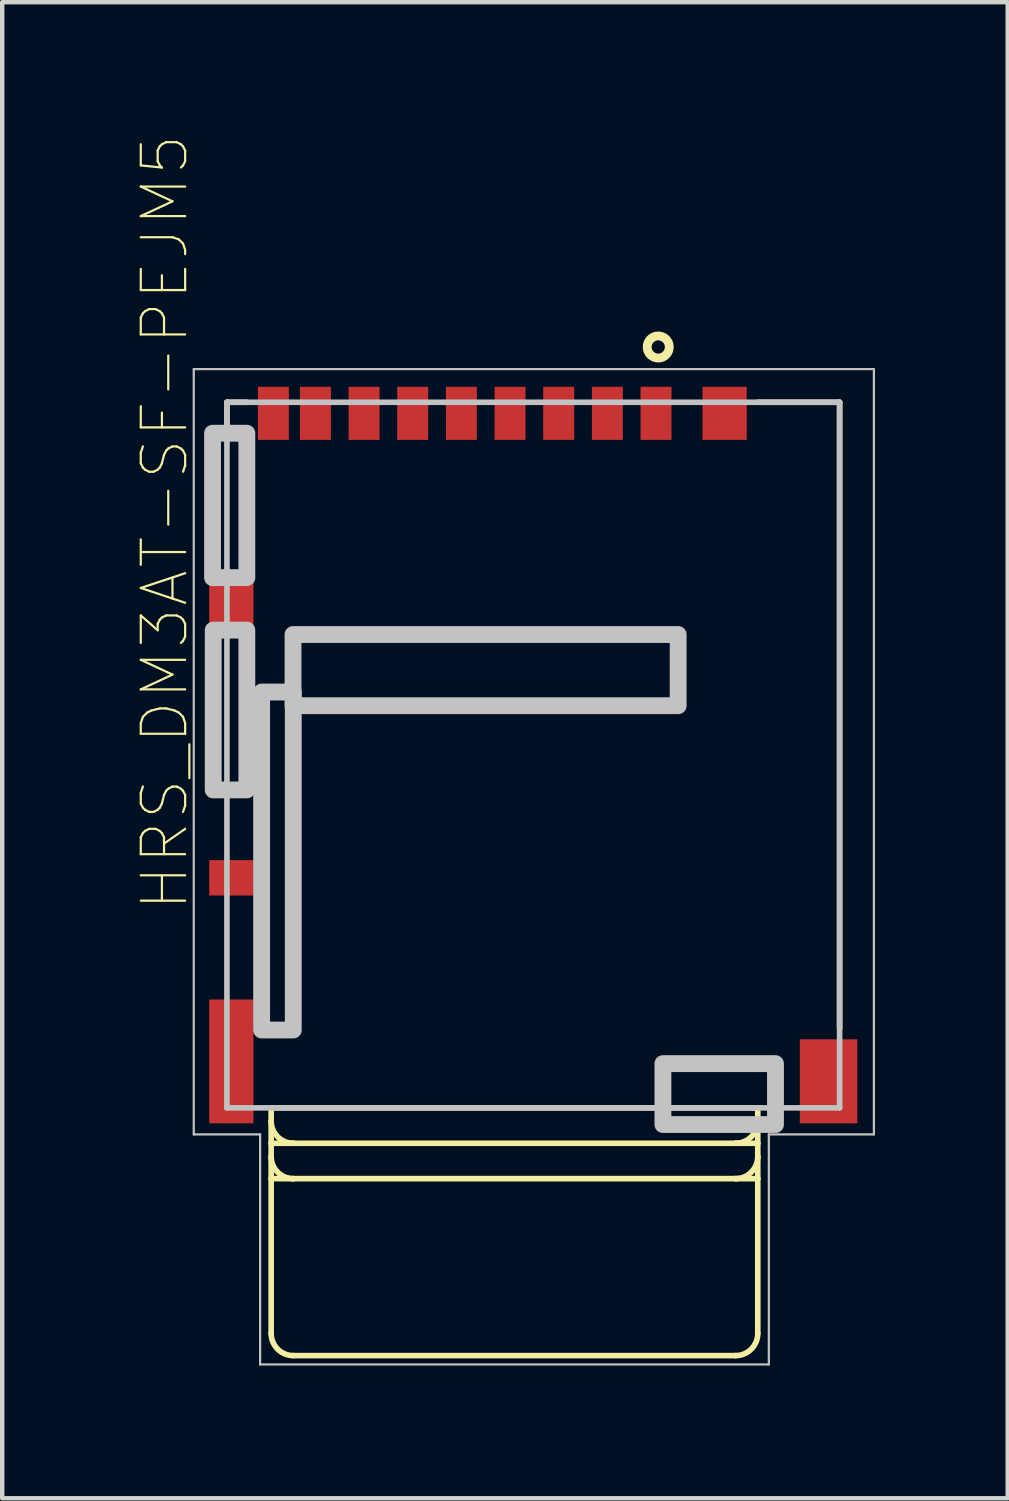
<source format=kicad_pcb>
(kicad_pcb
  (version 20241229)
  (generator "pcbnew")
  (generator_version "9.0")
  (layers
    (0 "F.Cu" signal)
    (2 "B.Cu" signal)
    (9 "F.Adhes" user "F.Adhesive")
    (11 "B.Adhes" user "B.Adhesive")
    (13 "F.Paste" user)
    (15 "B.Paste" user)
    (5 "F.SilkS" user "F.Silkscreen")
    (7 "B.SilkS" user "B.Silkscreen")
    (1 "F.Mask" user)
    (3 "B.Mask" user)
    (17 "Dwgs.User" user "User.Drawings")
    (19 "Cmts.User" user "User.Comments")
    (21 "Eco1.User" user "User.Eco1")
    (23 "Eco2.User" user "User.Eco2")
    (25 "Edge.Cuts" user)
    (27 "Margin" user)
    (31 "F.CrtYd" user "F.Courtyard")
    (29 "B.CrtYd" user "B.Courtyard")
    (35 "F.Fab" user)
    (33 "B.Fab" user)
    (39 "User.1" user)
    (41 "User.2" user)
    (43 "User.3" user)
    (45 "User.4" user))
  (footprint "HRS_DM3AT-SF-PEJM5"
    (layer "F.Cu")
    (at 8.58 6.294)
    (property "Reference" "HRS_DM3AT-SF-PEJM5" (at -7.906 2.467 90) (layer "F.SilkS") (effects (font (size 1.003 1.003) (thickness 0.05))))
    (attr smd)
    (fp_line (start -6.5 -0.25) (end -6.5 0.3) (stroke (width 0.127) (type solid)) (layer "F.SilkS"))
    (fp_line (start -6.05 -0.25) (end -6.5 -0.25) (stroke (width 0.127) (type solid)) (layer "F.SilkS"))
    (fp_line (start -5.5 15.7) (end -5.5 16) (stroke (width 0.127) (type solid)) (layer "F.SilkS"))
    (fp_line (start -5.5 15.7) (end 5.5 15.7) (stroke (width 0.127) (type solid)) (layer "F.SilkS"))
    (fp_line (start -5.5 16.5) (end -5.5 16) (stroke (width 0.127) (type solid)) (layer "F.SilkS"))
    (fp_line (start -5.5 16.5) (end -5.5 16.8) (stroke (width 0.127) (type solid)) (layer "F.SilkS"))
    (fp_line (start -5.5 17.3) (end -5.5 16.8) (stroke (width 0.127) (type solid)) (layer "F.SilkS"))
    (fp_line (start -5.5 17.3) (end -5.5 20.8) (stroke (width 0.127) (type solid)) (layer "F.SilkS"))
    (fp_line (start -5 16.5) (end -5.5 16.5) (stroke (width 0.127) (type solid)) (layer "F.SilkS"))
    (fp_line (start -5 17.3) (end -5.5 17.3) (stroke (width 0.127) (type solid)) (layer "F.SilkS"))
    (fp_line (start 5 16.5) (end -5 16.5) (stroke (width 0.127) (type solid)) (layer "F.SilkS"))
    (fp_line (start 5 17.3) (end -5 17.3) (stroke (width 0.127) (type solid)) (layer "F.SilkS"))
    (fp_line (start 5 21.3) (end -5 21.3) (stroke (width 0.127) (type solid)) (layer "F.SilkS"))
    (fp_line (start 5.5 -0.25) (end 7.35 -0.25) (stroke (width 0.127) (type solid)) (layer "F.SilkS"))
    (fp_line (start 5.5 15.7) (end 5.5 16) (stroke (width 0.127) (type solid)) (layer "F.SilkS"))
    (fp_line (start 5.5 16) (end 5.5 16.5) (stroke (width 0.127) (type solid)) (layer "F.SilkS"))
    (fp_line (start 5.5 16.5) (end 5 16.5) (stroke (width 0.127) (type solid)) (layer "F.SilkS"))
    (fp_line (start 5.5 16.5) (end 5.5 16.8) (stroke (width 0.127) (type solid)) (layer "F.SilkS"))
    (fp_line (start 5.5 16.8) (end 5.5 17.3) (stroke (width 0.127) (type solid)) (layer "F.SilkS"))
    (fp_line (start 5.5 17.3) (end 5 17.3) (stroke (width 0.127) (type solid)) (layer "F.SilkS"))
    (fp_line (start 5.5 17.3) (end 5.5 20.8) (stroke (width 0.127) (type solid)) (layer "F.SilkS"))
    (fp_line (start 7.35 -0.25) (end 7.35 13.9) (stroke (width 0.127) (type solid)) (layer "F.SilkS"))
    (fp_arc (start -5 16.5) (mid -5.353553 16.353553) (end -5.5 16) (stroke (width 0.127) (type solid)) (layer "F.SilkS"))
    (fp_arc (start -5 17.3) (mid -5.353553 17.153553) (end -5.5 16.8) (stroke (width 0.127) (type solid)) (layer "F.SilkS"))
    (fp_arc (start -5 21.3) (mid -5.353553 21.153553) (end -5.5 20.8) (stroke (width 0.127) (type solid)) (layer "F.SilkS"))
    (fp_arc (start 5.5 16) (mid 5.353553 16.353553) (end 5 16.5) (stroke (width 0.127) (type solid)) (layer "F.SilkS"))
    (fp_arc (start 5.5 16.8) (mid 5.353553 17.153553) (end 5 17.3) (stroke (width 0.127) (type solid)) (layer "F.SilkS"))
    (fp_arc (start 5.5 20.8) (mid 5.353553 21.153553) (end 5 21.3) (stroke (width 0.127) (type solid)) (layer "F.SilkS"))
    (fp_circle (center 3.25 -1.5) (end 3.5 -1.5) (stroke (width 0.2) (type solid)) (fill no) (layer "F.SilkS"))
    (fp_line (start -7.25 -1) (end 8.125 -1) (stroke (width 0.05) (type solid)) (layer "Dwgs.User"))
    (fp_line (start -7.25 16.3) (end -7.25 -1) (stroke (width 0.05) (type solid)) (layer "Dwgs.User"))
    (fp_line (start -6.5 -0.25) (end 7.35 -0.25) (stroke (width 0.127) (type solid)) (layer "Dwgs.User"))
    (fp_line (start -6.5 15.7) (end -6.5 -0.25) (stroke (width 0.127) (type solid)) (layer "Dwgs.User"))
    (fp_line (start -5.75 16.3) (end -7.25 16.3) (stroke (width 0.05) (type solid)) (layer "Dwgs.User"))
    (fp_line (start -5.75 21.5) (end -5.75 16.3) (stroke (width 0.05) (type solid)) (layer "Dwgs.User"))
    (fp_line (start 5.75 16.3) (end 5.75 21.5) (stroke (width 0.05) (type solid)) (layer "Dwgs.User"))
    (fp_line (start 5.75 21.5) (end -5.75 21.5) (stroke (width 0.05) (type solid)) (layer "Dwgs.User"))
    (fp_line (start 7.35 -0.25) (end 7.35 15.7) (stroke (width 0.127) (type solid)) (layer "Dwgs.User"))
    (fp_line (start 7.35 15.7) (end -6.5 15.7) (stroke (width 0.127) (type solid)) (layer "Dwgs.User"))
    (fp_line (start 8.125 -1) (end 8.125 16.3) (stroke (width 0.05) (type solid)) (layer "Dwgs.User"))
    (fp_line (start 8.125 16.3) (end 5.75 16.3) (stroke (width 0.05) (type solid)) (layer "Dwgs.User"))
    (fp_poly (pts (xy -6.825 0.45) (xy -6.05 0.45) (xy -6.05 3.714) (xy -6.825 3.714)) (stroke (width 0.381) (type solid)) (fill no) (layer "Dwgs.User"))
    (fp_poly (pts (xy -6.81 4.9) (xy -6.05 4.9) (xy -6.05 8.513) (xy -6.81 8.513)) (stroke (width 0.381) (type solid)) (fill no) (layer "Dwgs.User"))
    (fp_poly (pts (xy -5.716 6.3) (xy -5 6.3) (xy -5 13.94) (xy -5.716 13.94)) (stroke (width 0.381) (type solid)) (fill no) (layer "Dwgs.User"))
    (fp_poly (pts (xy -5.006 5) (xy 3.7 5) (xy 3.7 6.609) (xy -5.006 6.609)) (stroke (width 0.381) (type solid)) (fill no) (layer "Dwgs.User"))
    (fp_poly (pts (xy 3.356 14.7) (xy 5.9 14.7) (xy 5.9 16.077) (xy 3.356 16.077)) (stroke (width 0.381) (type solid)) (fill no) (layer "Dwgs.User"))
    (pad "1" smd rect (at 3.2 0) (size 0.7 1.2) (layers "F.Cu" "F.Mask" "F.Paste"))
    (pad "2" smd rect (at 2.1 0) (size 0.7 1.2) (layers "F.Cu" "F.Mask" "F.Paste"))
    (pad "3" smd rect (at 1 0) (size 0.7 1.2) (layers "F.Cu" "F.Mask" "F.Paste"))
    (pad "4" smd rect (at -0.1 0) (size 0.7 1.2) (layers "F.Cu" "F.Mask" "F.Paste"))
    (pad "5" smd rect (at -1.2 0) (size 0.7 1.2) (layers "F.Cu" "F.Mask" "F.Paste"))
    (pad "6" smd rect (at -2.3 0) (size 0.7 1.2) (layers "F.Cu" "F.Mask" "F.Paste"))
    (pad "7" smd rect (at -3.4 0) (size 0.7 1.2) (layers "F.Cu" "F.Mask" "F.Paste"))
    (pad "8" smd rect (at -4.5 0) (size 0.7 1.2) (layers "F.Cu" "F.Mask" "F.Paste"))
    (pad "P1" smd rect (at -6.4 4.3) (size 1 1.2) (layers "F.Cu" "F.Mask" "F.Paste"))
    (pad "P2" smd rect (at -6.4 14.65) (size 1 2.8) (layers "F.Cu" "F.Mask" "F.Paste"))
    (pad "P3" smd rect (at 7.1 15.1) (size 1.3 1.9) (layers "F.Cu" "F.Mask" "F.Paste"))
    (pad "P4" smd rect (at 4.75 0) (size 1 1.2) (layers "F.Cu" "F.Mask" "F.Paste"))
    (pad "SWA" smd rect (at -6.4 10.5) (size 1 0.8) (layers "F.Cu" "F.Mask" "F.Paste"))
    (pad "SWB" smd rect (at -5.45 0) (size 0.7 1.2) (layers "F.Cu" "F.Mask" "F.Paste")))
  (gr_rect
    (start -3 -3)
    (end 19.73 30.819)
    (stroke (width 0.1) (type default))
    (fill no)
    (layer "Edge.Cuts")))
</source>
